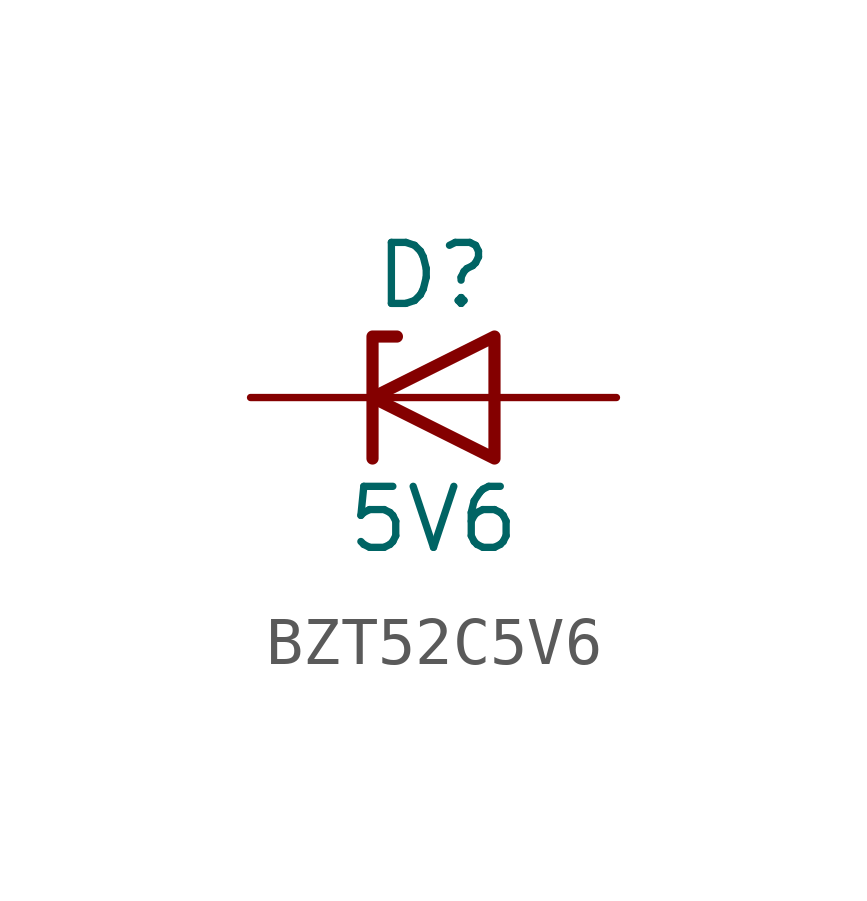
<source format=kicad_sym>
(kicad_symbol_lib
  (version 20211014)
  (symbol "BZT52C5V6"
    (pin_numbers
      (hide yes))
    (pin_names
      (offset 1.016)
      (hide yes))
    (property "Reference" "D"
      (at 0 2.54 0)
      (effects (font (size 1.27 1.27))))
    (property "Value" "5V6"
      (at 0 -2.54 0)
      (effects (font (size 1.27 1.27))))
    (symbol "BZT52C5V6_0_1"
      (polyline (pts (xy -1.27 -1.27) (xy -1.27 1.27) (xy -0.762 1.27)) (stroke (width 0.254) (type default)) (fill (type none)))
      (polyline (pts (xy 1.27 0) (xy -1.27 0)) (stroke (width 0) (type default)) (fill (type none)))
      (polyline (pts (xy 1.27 -1.27) (xy 1.27 1.27) (xy -1.27 0) (xy 1.27 -1.27)) (stroke (width 0.254) (type default)) (fill (type none))))
    (symbol "BZT52C5V6_1_1"
      (pin passive line (at -3.81 0 0) (length 2.54) (name "K" (effects (font (size 1.27 1.27)))) (number "1" (effects (font (size 1.27 1.27)))))
      (pin passive line (at 3.81 0 180) (length 2.54) (name "A" (effects (font (size 1.27 1.27)))) (number "2" (effects (font (size 1.27 1.27))))))))
</source>
